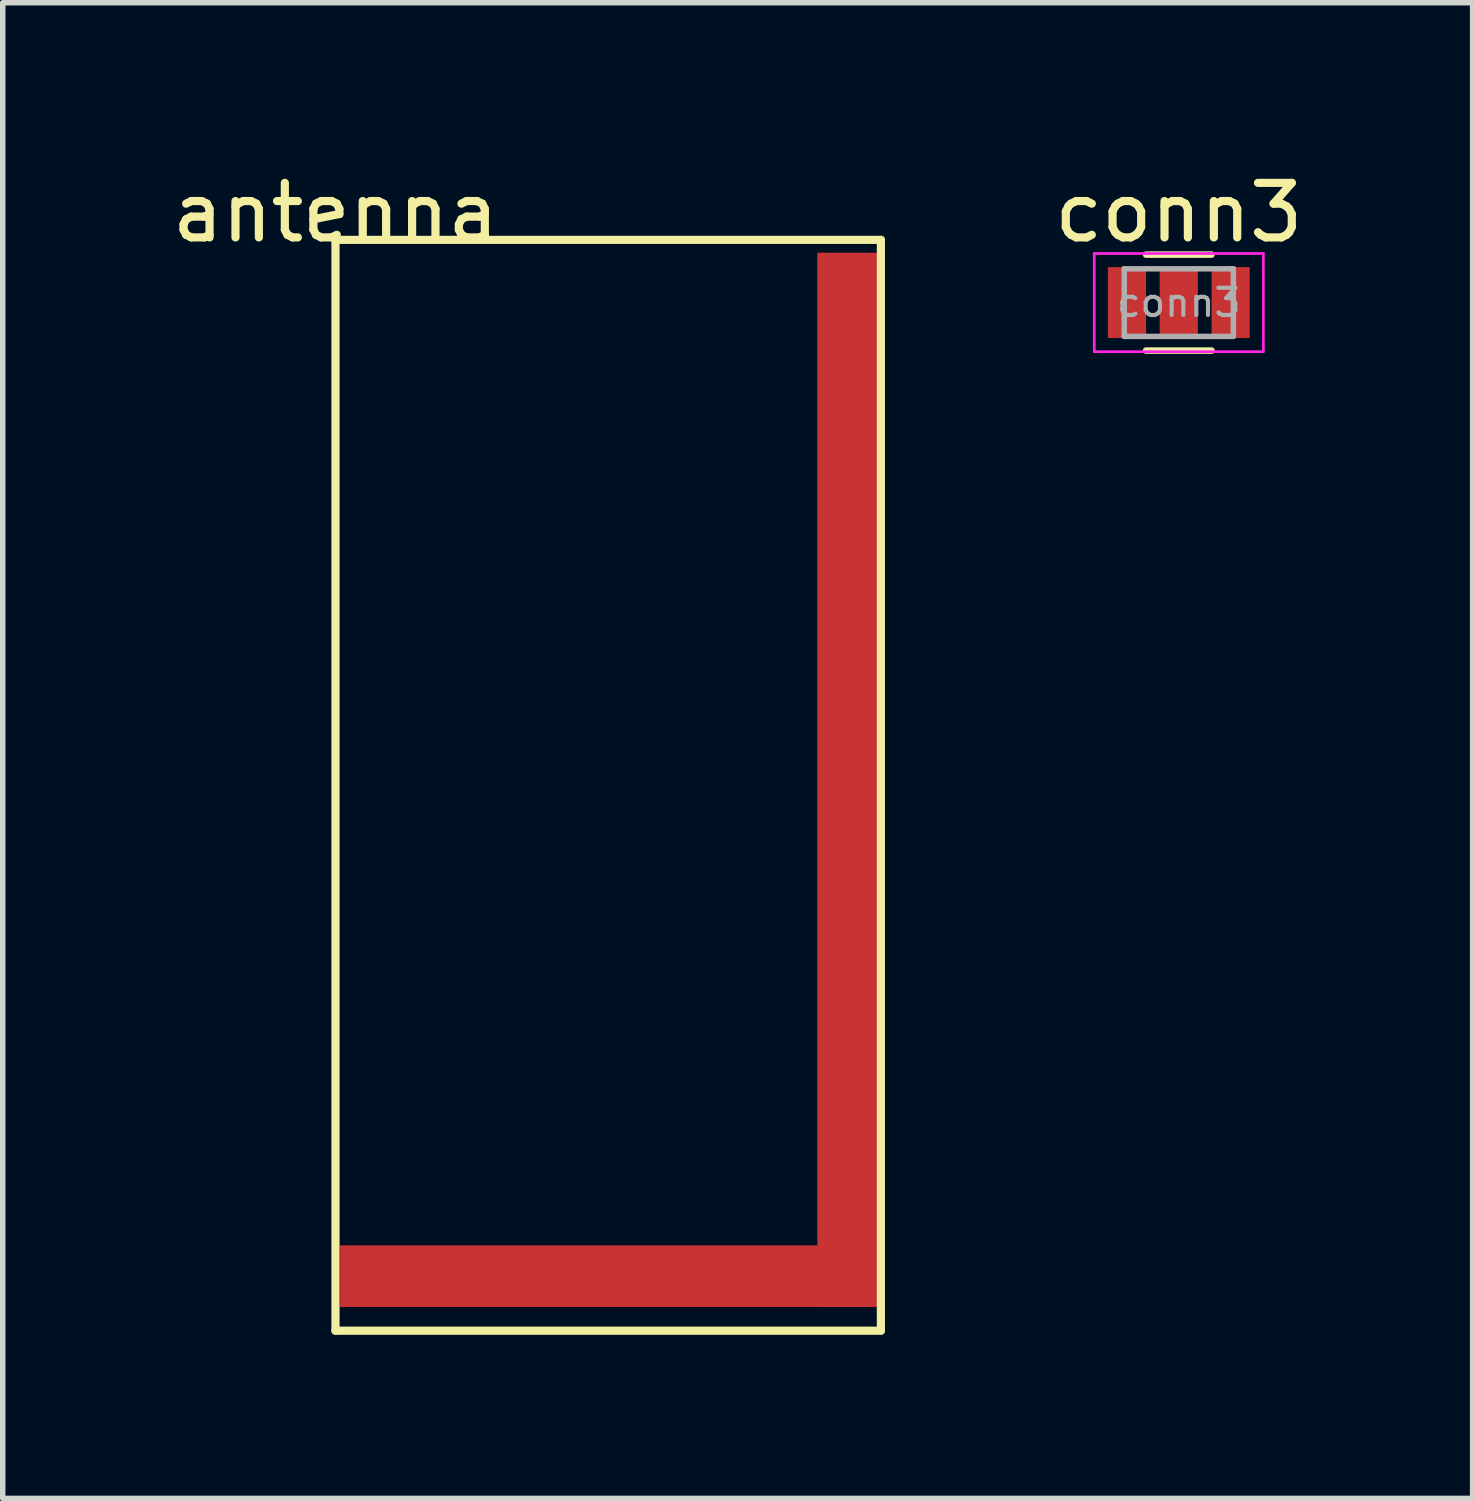
<source format=kicad_pcb>
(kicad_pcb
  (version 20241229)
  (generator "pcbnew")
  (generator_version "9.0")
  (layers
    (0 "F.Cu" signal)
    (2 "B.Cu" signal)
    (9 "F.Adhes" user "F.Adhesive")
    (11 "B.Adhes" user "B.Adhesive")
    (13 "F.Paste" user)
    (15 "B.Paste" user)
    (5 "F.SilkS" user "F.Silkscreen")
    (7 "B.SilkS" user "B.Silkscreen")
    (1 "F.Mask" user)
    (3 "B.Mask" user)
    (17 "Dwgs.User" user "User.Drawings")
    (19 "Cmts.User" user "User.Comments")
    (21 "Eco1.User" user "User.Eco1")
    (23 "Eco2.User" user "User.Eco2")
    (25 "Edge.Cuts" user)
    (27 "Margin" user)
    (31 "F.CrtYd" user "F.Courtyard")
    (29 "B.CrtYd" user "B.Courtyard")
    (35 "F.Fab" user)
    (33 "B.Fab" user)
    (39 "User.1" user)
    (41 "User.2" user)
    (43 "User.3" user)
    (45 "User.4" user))
  (footprint "conn3"
    (layer "F.Cu")
    (at 18.563 2.498)
    (property "Reference" "conn3" (at 0 -1.65 0) (layer "F.SilkS") (effects (font (size 1 1) (thickness 0.15))))
    (attr smd)
    (fp_line (start -0.6 -0.88) (end 0.6 -0.88) (stroke (width 0.12) (type solid)) (layer "F.SilkS"))
    (fp_line (start 0.6 0.88) (end -0.6 0.88) (stroke (width 0.12) (type solid)) (layer "F.SilkS"))
    (fp_line (start -1.55 -0.9) (end -1.55 0.9) (stroke (width 0.05) (type solid)) (layer "F.CrtYd"))
    (fp_line (start -1.55 -0.9) (end 1.55 -0.9) (stroke (width 0.05) (type solid)) (layer "F.CrtYd"))
    (fp_line (start 1.55 0.9) (end -1.55 0.9) (stroke (width 0.05) (type solid)) (layer "F.CrtYd"))
    (fp_line (start 1.55 0.9) (end 1.55 -0.9) (stroke (width 0.05) (type solid)) (layer "F.CrtYd"))
    (fp_line (start -1 -0.62) (end 1 -0.62) (stroke (width 0.1) (type solid)) (layer "F.Fab"))
    (fp_line (start -1 0.62) (end -1 -0.62) (stroke (width 0.1) (type solid)) (layer "F.Fab"))
    (fp_line (start 1 -0.62) (end 1 0.62) (stroke (width 0.1) (type solid)) (layer "F.Fab"))
    (fp_line (start 1 0.62) (end -1 0.62) (stroke (width 0.1) (type solid)) (layer "F.Fab"))
    (fp_text user "${REFERENCE}" (at 0 0 0) (layer "F.Fab") (effects (font (size 0.5 0.5) (thickness 0.075))))
    (pad "1" smd rect (at -0.95 0) (size 0.7 1.3) (layers "F.Cu" "F.Mask" "F.Paste"))
    (pad "2" smd rect (at 0 0) (size 0.7 1.3) (layers "F.Cu" "F.Mask" "F.Paste"))
    (pad "3" smd rect (at 0.95 0) (size 0.7 1.3) (layers "F.Cu" "F.Mask" "F.Paste")))
  (footprint "antenna"
    (layer "F.Cu")
    (at 3.101 0.348)
    (property "Reference" "antenna" (at 0 0.5 0) (layer "F.SilkS") (effects (font (size 1 1) (thickness 0.15))))
    (attr through_hole)
    (fp_poly (pts (xy 0 1) (xy 10 1) (xy 10 21) (xy 0 21)) (stroke (width 0.15) (type solid)) (fill yes) (layer "F.Mask"))
    (fp_poly (pts (xy 0 1) (xy 10 1) (xy 10 21) (xy 0 21)) (stroke (width 0.15) (type solid)) (fill yes) (layer "B.Mask"))
    (fp_line (start 0 1) (end 10 1) (stroke (width 0.15) (type solid)) (layer "F.SilkS"))
    (fp_line (start 0 21) (end 0 1) (stroke (width 0.15) (type solid)) (layer "F.SilkS"))
    (fp_line (start 10 1) (end 10 21) (stroke (width 0.15) (type solid)) (layer "F.SilkS"))
    (fp_line (start 10 21) (end 0 21) (stroke (width 0.15) (type solid)) (layer "F.SilkS"))
    (pad "1" smd rect (at 5 20 90) (size 1.13 9.83) (layers "F.Cu" "F.Mask" "F.Paste"))
    (pad "1" smd rect (at 9.4 10.9) (size 1.13 19.33) (layers "F.Cu" "F.Mask" "F.Paste")))
  (gr_rect
    (start -3 -3)
    (end 23.95 24.423)
    (stroke (width 0.1) (type default))
    (fill no)
    (layer "Edge.Cuts")))
</source>
